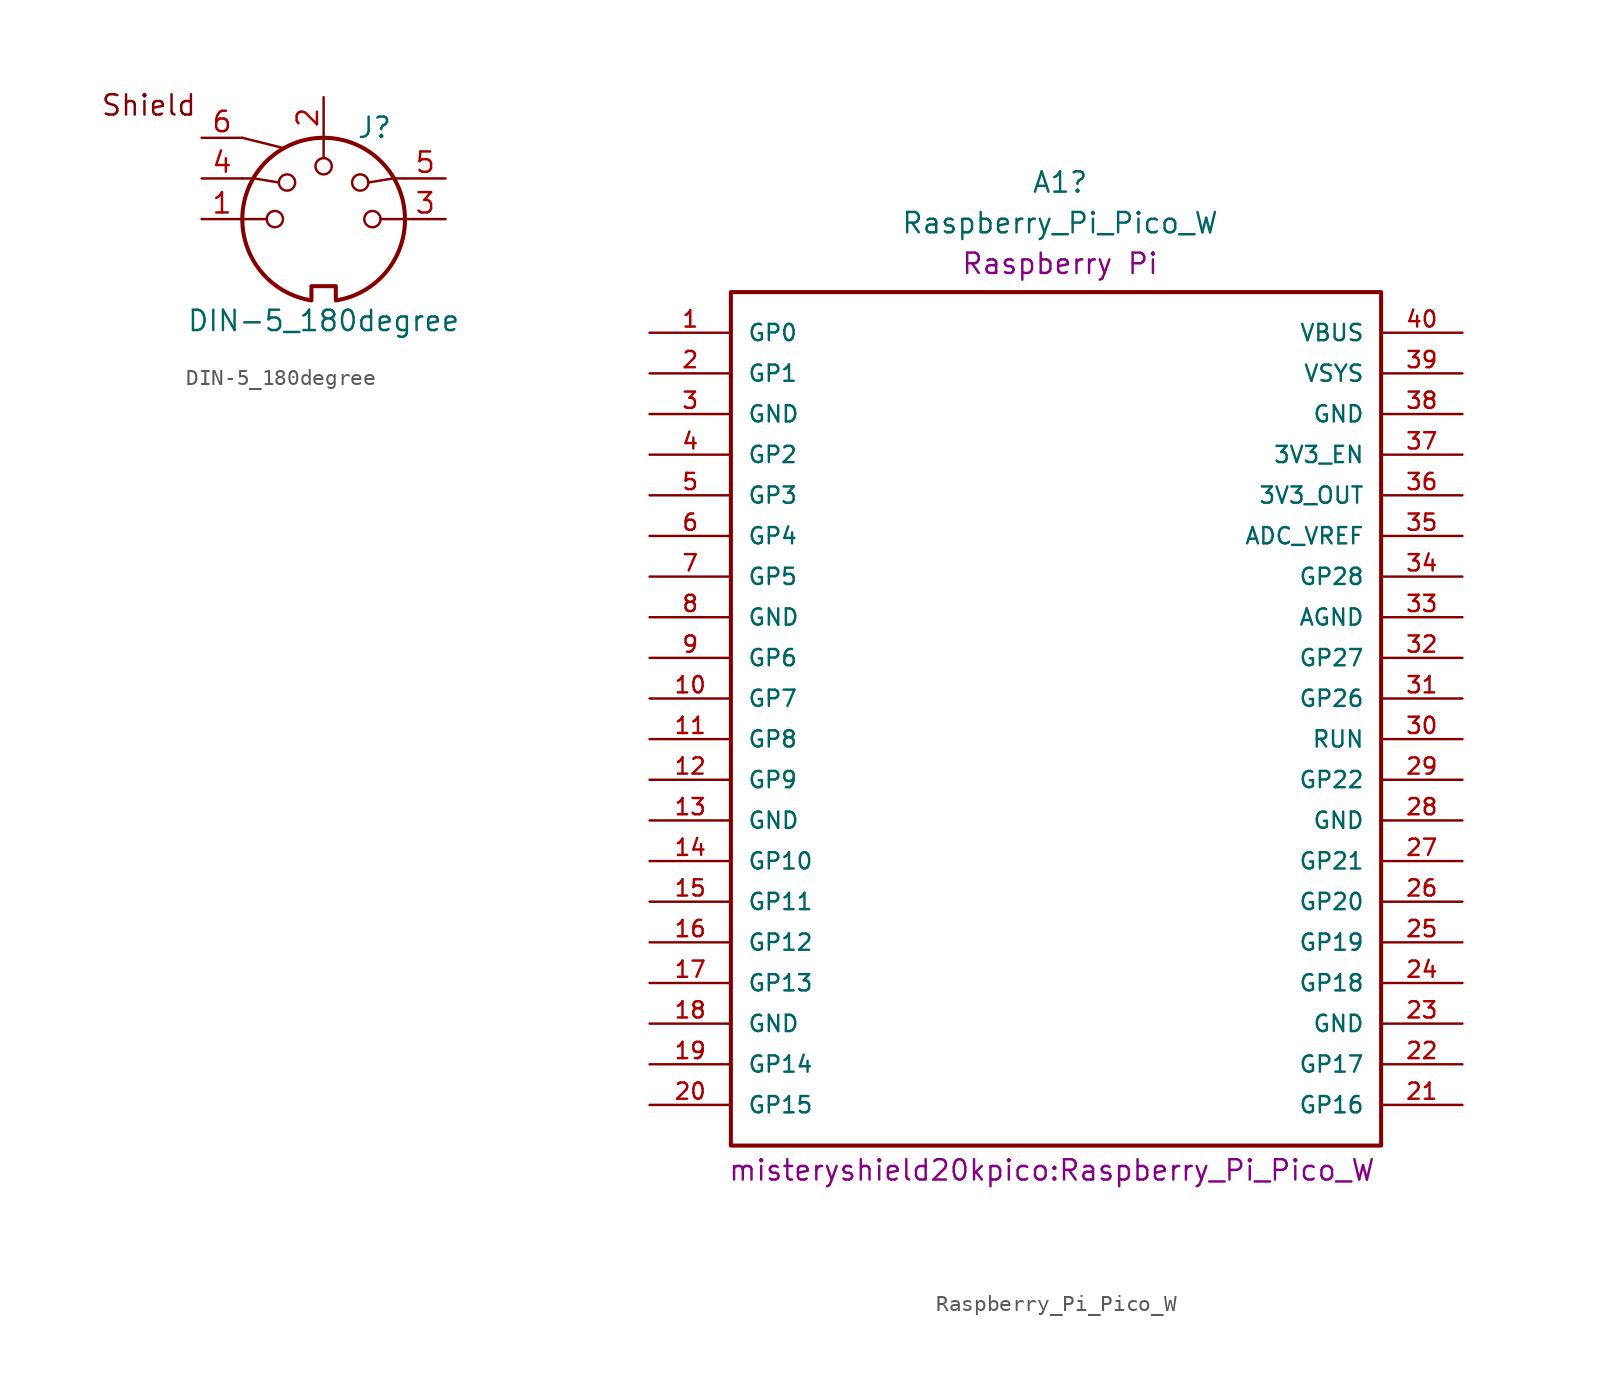
<source format=kicad_sym>
(kicad_symbol_lib
  (version 20231120)
  (generator "kicad_symbol_editor")
  (generator_version "8.0")
  (symbol "DIN-5_180degree"
    (pin_names
      (offset 1.016))
    (property "Reference" "J"
      (at 3.175 5.715 0)
      (effects (font (size 1.27 1.27))))
    (property "Value" "DIN-5_180degree"
      (at 0 -6.35 0)
      (effects (font (size 1.27 1.27))))
    (symbol "DIN-5_180degree_0_1"
      (arc (start -5.08 0) (mid -3.8609 -3.3364) (end -0.762 -5.08) (stroke (width 0.254) (type default)) (fill (type none)))
      (circle (center -3.048 0) (radius 0.508) (stroke (width 0) (type default)) (fill (type none)))
      (circle (center -2.286 2.286) (radius 0.508) (stroke (width 0) (type default)) (fill (type none)))
      (polyline (pts (xy -5.08 0) (xy -3.556 0)) (stroke (width 0) (type default)) (fill (type none)))
      (polyline (pts (xy -2.54 4.445) (xy -5.08 5.08)) (stroke (width 0) (type default)) (fill (type none)))
      (polyline (pts (xy 0 5.08) (xy 0 3.81)) (stroke (width 0) (type default)) (fill (type none)))
      (polyline (pts (xy 5.08 0) (xy 3.556 0)) (stroke (width 0) (type default)) (fill (type none)))
      (polyline (pts (xy -5.08 2.54) (xy -4.318 2.54) (xy -2.794 2.286)) (stroke (width 0) (type default)) (fill (type none)))
      (polyline (pts (xy 5.08 2.54) (xy 4.318 2.54) (xy 2.794 2.286)) (stroke (width 0) (type default)) (fill (type none)))
      (polyline (pts (xy -0.762 -4.953) (xy -0.762 -4.191) (xy 0.762 -4.191) (xy 0.762 -4.953)) (stroke (width 0.254) (type default)) (fill (type none)))
      (circle (center 0 3.302) (radius 0.508) (stroke (width 0) (type default)) (fill (type none)))
      (arc (start 0.762 -5.08) (mid 3.8685 -3.343) (end 5.08 0) (stroke (width 0.254) (type default)) (fill (type none)))
      (circle (center 2.286 2.286) (radius 0.508) (stroke (width 0) (type default)) (fill (type none)))
      (circle (center 3.048 0) (radius 0.508) (stroke (width 0) (type default)) (fill (type none)))
      (arc (start 5.08 0) (mid 0 5.0579) (end -5.08 0) (stroke (width 0.254) (type default)) (fill (type none))))
    (symbol "DIN-5_180degree_1_1"
      (text "Shield\n" (at -10.922 7.112 0) (effects (font (size 1.27 1.27))))
      (pin passive line (at -7.62 0 0) (length 2.54) (name "~" (effects (font (size 1.27 1.27)))) (number "1" (effects (font (size 1.27 1.27)))))
      (pin passive line (at 0 7.62 270) (length 2.54) (name "~" (effects (font (size 1.27 1.27)))) (number "2" (effects (font (size 1.27 1.27)))))
      (pin passive line (at 7.62 0 180) (length 2.54) (name "~" (effects (font (size 1.27 1.27)))) (number "3" (effects (font (size 1.27 1.27)))))
      (pin passive line (at -7.62 2.54 0) (length 2.54) (name "~" (effects (font (size 1.27 1.27)))) (number "4" (effects (font (size 1.27 1.27)))))
      (pin passive line (at 7.62 2.54 180) (length 2.54) (name "~" (effects (font (size 1.27 1.27)))) (number "5" (effects (font (size 1.27 1.27)))))
      (pin passive line (at -7.62 5.08 0) (length 2.54) (name "~" (effects (font (size 1.27 1.27)))) (number "6" (effects (font (size 1.27 1.27)))))))
  (symbol "Raspberry_Pi_Pico_W"
    (pin_names
      (offset 1.016))
    (property "Reference" "A1"
      (at 1.524 32.258 0)
      (effects (font (size 1.27 1.27))))
    (property "Value" "Raspberry_Pi_Pico_W"
      (at 1.524 29.718 0)
      (effects (font (size 1.27 1.27))))
    (property "Footprint" "misteryshield20kpico:Raspberry_Pi_Pico_W"
      (at 1.016 -30.226 0)
      (effects (font (size 1.27 1.27)) (justify bottom)))
    (property "manufacturer" "Raspberry Pi"
      (at 1.524 27.178 0)
      (effects (font (size 1.27 1.27))))
    (symbol "Raspberry_Pi_Pico_W_0_0"
      (rectangle (start -19.05 25.4) (end 21.59 -27.94) (stroke (width 0.254) (type default)) (fill (type none)))
      (pin bidirectional line (at -24.13 22.86 0) (length 5.08) (name "GP0" (effects (font (size 1.016 1.016)))) (number "1" (effects (font (size 1.016 1.016)))))
      (pin bidirectional line (at -24.13 0 0) (length 5.08) (name "GP7" (effects (font (size 1.016 1.016)))) (number "10" (effects (font (size 1.016 1.016)))))
      (pin bidirectional line (at -24.13 -2.54 0) (length 5.08) (name "GP8" (effects (font (size 1.016 1.016)))) (number "11" (effects (font (size 1.016 1.016)))))
      (pin bidirectional line (at -24.13 -5.08 0) (length 5.08) (name "GP9" (effects (font (size 1.016 1.016)))) (number "12" (effects (font (size 1.016 1.016)))))
      (pin power_in line (at -24.13 -7.62 0) (length 5.08) (name "GND" (effects (font (size 1.016 1.016)))) (number "13" (effects (font (size 1.016 1.016)))))
      (pin bidirectional line (at -24.13 -10.16 0) (length 5.08) (name "GP10" (effects (font (size 1.016 1.016)))) (number "14" (effects (font (size 1.016 1.016)))))
      (pin bidirectional line (at -24.13 -12.7 0) (length 5.08) (name "GP11" (effects (font (size 1.016 1.016)))) (number "15" (effects (font (size 1.016 1.016)))))
      (pin bidirectional line (at -24.13 -15.24 0) (length 5.08) (name "GP12" (effects (font (size 1.016 1.016)))) (number "16" (effects (font (size 1.016 1.016)))))
      (pin bidirectional line (at -24.13 -17.78 0) (length 5.08) (name "GP13" (effects (font (size 1.016 1.016)))) (number "17" (effects (font (size 1.016 1.016)))))
      (pin power_in line (at -24.13 -20.32 0) (length 5.08) (name "GND" (effects (font (size 1.016 1.016)))) (number "18" (effects (font (size 1.016 1.016)))))
      (pin bidirectional line (at -24.13 -22.86 0) (length 5.08) (name "GP14" (effects (font (size 1.016 1.016)))) (number "19" (effects (font (size 1.016 1.016)))))
      (pin bidirectional line (at -24.13 20.32 0) (length 5.08) (name "GP1" (effects (font (size 1.016 1.016)))) (number "2" (effects (font (size 1.016 1.016)))))
      (pin bidirectional line (at -24.13 -25.4 0) (length 5.08) (name "GP15" (effects (font (size 1.016 1.016)))) (number "20" (effects (font (size 1.016 1.016)))))
      (pin bidirectional line (at 26.67 -25.4 180) (length 5.08) (name "GP16" (effects (font (size 1.016 1.016)))) (number "21" (effects (font (size 1.016 1.016)))))
      (pin bidirectional line (at 26.67 -22.86 180) (length 5.08) (name "GP17" (effects (font (size 1.016 1.016)))) (number "22" (effects (font (size 1.016 1.016)))))
      (pin power_in line (at 26.67 -20.32 180) (length 5.08) (name "GND" (effects (font (size 1.016 1.016)))) (number "23" (effects (font (size 1.016 1.016)))))
      (pin bidirectional line (at 26.67 -17.78 180) (length 5.08) (name "GP18" (effects (font (size 1.016 1.016)))) (number "24" (effects (font (size 1.016 1.016)))))
      (pin bidirectional line (at 26.67 -15.24 180) (length 5.08) (name "GP19" (effects (font (size 1.016 1.016)))) (number "25" (effects (font (size 1.016 1.016)))))
      (pin bidirectional line (at 26.67 -12.7 180) (length 5.08) (name "GP20" (effects (font (size 1.016 1.016)))) (number "26" (effects (font (size 1.016 1.016)))))
      (pin bidirectional line (at 26.67 -10.16 180) (length 5.08) (name "GP21" (effects (font (size 1.016 1.016)))) (number "27" (effects (font (size 1.016 1.016)))))
      (pin power_in line (at 26.67 -7.62 180) (length 5.08) (name "GND" (effects (font (size 1.016 1.016)))) (number "28" (effects (font (size 1.016 1.016)))))
      (pin bidirectional line (at 26.67 -5.08 180) (length 5.08) (name "GP22" (effects (font (size 1.016 1.016)))) (number "29" (effects (font (size 1.016 1.016)))))
      (pin power_in line (at -24.13 17.78 0) (length 5.08) (name "GND" (effects (font (size 1.016 1.016)))) (number "3" (effects (font (size 1.016 1.016)))))
      (pin input line (at 26.67 -2.54 180) (length 5.08) (name "RUN" (effects (font (size 1.016 1.016)))) (number "30" (effects (font (size 1.016 1.016)))))
      (pin bidirectional line (at 26.67 0 180) (length 5.08) (name "GP26" (effects (font (size 1.016 1.016)))) (number "31" (effects (font (size 1.016 1.016)))))
      (pin bidirectional line (at 26.67 2.54 180) (length 5.08) (name "GP27" (effects (font (size 1.016 1.016)))) (number "32" (effects (font (size 1.016 1.016)))))
      (pin power_in line (at 26.67 5.08 180) (length 5.08) (name "AGND" (effects (font (size 1.016 1.016)))) (number "33" (effects (font (size 1.016 1.016)))))
      (pin bidirectional line (at 26.67 7.62 180) (length 5.08) (name "GP28" (effects (font (size 1.016 1.016)))) (number "34" (effects (font (size 1.016 1.016)))))
      (pin power_in line (at 26.67 10.16 180) (length 5.08) (name "ADC_VREF" (effects (font (size 1.016 1.016)))) (number "35" (effects (font (size 1.016 1.016)))))
      (pin power_in line (at 26.67 12.7 180) (length 5.08) (name "3V3_OUT" (effects (font (size 1.016 1.016)))) (number "36" (effects (font (size 1.016 1.016)))))
      (pin input line (at 26.67 15.24 180) (length 5.08) (name "3V3_EN" (effects (font (size 1.016 1.016)))) (number "37" (effects (font (size 1.016 1.016)))))
      (pin power_in line (at 26.67 17.78 180) (length 5.08) (name "GND" (effects (font (size 1.016 1.016)))) (number "38" (effects (font (size 1.016 1.016)))))
      (pin free line (at 26.67 20.32 180) (length 5.08) (name "VSYS" (effects (font (size 1.016 1.016)))) (number "39" (effects (font (size 1.016 1.016)))))
      (pin bidirectional line (at -24.13 15.24 0) (length 5.08) (name "GP2" (effects (font (size 1.016 1.016)))) (number "4" (effects (font (size 1.016 1.016)))))
      (pin free line (at 26.67 22.86 180) (length 5.08) (name "VBUS" (effects (font (size 1.016 1.016)))) (number "40" (effects (font (size 1.016 1.016)))))
      (pin bidirectional line (at -24.13 12.7 0) (length 5.08) (name "GP3" (effects (font (size 1.016 1.016)))) (number "5" (effects (font (size 1.016 1.016)))))
      (pin bidirectional line (at -24.13 10.16 0) (length 5.08) (name "GP4" (effects (font (size 1.016 1.016)))) (number "6" (effects (font (size 1.016 1.016)))))
      (pin bidirectional line (at -24.13 7.62 0) (length 5.08) (name "GP5" (effects (font (size 1.016 1.016)))) (number "7" (effects (font (size 1.016 1.016)))))
      (pin power_in line (at -24.13 5.08 0) (length 5.08) (name "GND" (effects (font (size 1.016 1.016)))) (number "8" (effects (font (size 1.016 1.016)))))
      (pin bidirectional line (at -24.13 2.54 0) (length 5.08) (name "GP6" (effects (font (size 1.016 1.016)))) (number "9" (effects (font (size 1.016 1.016))))))))
</source>
